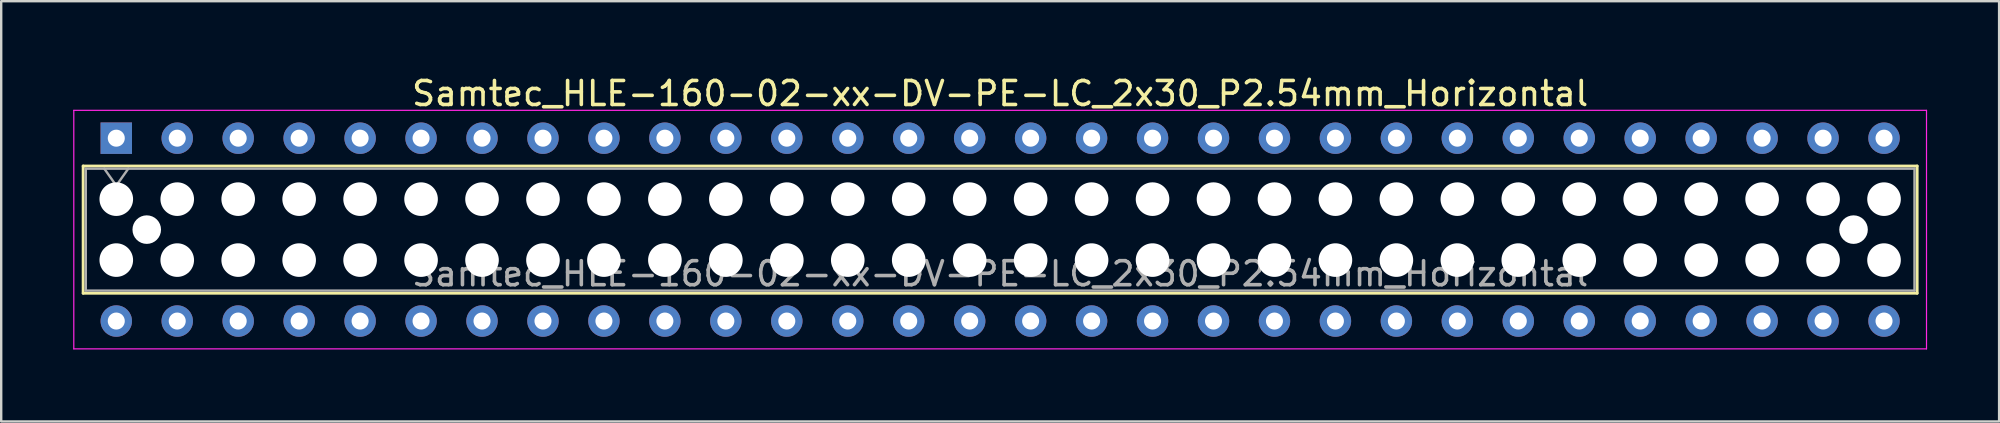
<source format=kicad_pcb>
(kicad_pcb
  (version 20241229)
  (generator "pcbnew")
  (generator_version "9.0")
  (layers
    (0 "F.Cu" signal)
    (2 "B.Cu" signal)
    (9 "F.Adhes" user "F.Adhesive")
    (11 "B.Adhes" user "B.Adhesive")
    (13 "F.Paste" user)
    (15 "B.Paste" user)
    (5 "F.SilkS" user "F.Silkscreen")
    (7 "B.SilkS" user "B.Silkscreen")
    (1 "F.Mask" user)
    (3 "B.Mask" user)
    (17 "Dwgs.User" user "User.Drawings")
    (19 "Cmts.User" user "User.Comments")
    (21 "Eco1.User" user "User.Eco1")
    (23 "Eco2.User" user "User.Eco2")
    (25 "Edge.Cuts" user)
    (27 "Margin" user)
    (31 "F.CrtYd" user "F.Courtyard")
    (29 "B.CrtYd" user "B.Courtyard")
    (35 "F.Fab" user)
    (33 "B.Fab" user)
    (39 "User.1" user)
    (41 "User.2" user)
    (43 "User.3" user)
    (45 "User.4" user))
  (footprint "Samtec_HLE-160-02-xx-DV-PE-LC_2x30_P2.54mm_Horizontal"
    (layer "F.Cu")
    (at 1.795 2.708)
    (property "Reference" "Samtec_HLE-160-02-xx-DV-PE-LC_2x30_P2.54mm_Horizontal" (at 36.83 -1.86 0) (layer "F.SilkS") (effects (font (size 1 1) (thickness 0.15))))
    (attr through_hole)
    (fp_line (start -1.38 1.16) (end 75.04 1.16) (stroke (width 0.12) (type solid)) (layer "F.SilkS"))
    (fp_line (start -1.38 6.46) (end -1.38 1.16) (stroke (width 0.12) (type solid)) (layer "F.SilkS"))
    (fp_line (start 75.04 1.16) (end 75.04 6.46) (stroke (width 0.12) (type solid)) (layer "F.SilkS"))
    (fp_line (start 75.04 6.46) (end -1.38 6.46) (stroke (width 0.12) (type solid)) (layer "F.SilkS"))
    (fp_line (start -1.77 -1.16) (end 75.43 -1.16) (stroke (width 0.05) (type solid)) (layer "F.CrtYd"))
    (fp_line (start -1.77 8.78) (end -1.77 -1.16) (stroke (width 0.05) (type solid)) (layer "F.CrtYd"))
    (fp_line (start 75.43 -1.16) (end 75.43 8.78) (stroke (width 0.05) (type solid)) (layer "F.CrtYd"))
    (fp_line (start 75.43 8.78) (end -1.77 8.78) (stroke (width 0.05) (type solid)) (layer "F.CrtYd"))
    (fp_line (start -1.27 1.27) (end 74.93 1.27) (stroke (width 0.1) (type solid)) (layer "F.Fab"))
    (fp_line (start -1.27 6.35) (end -1.27 1.27) (stroke (width 0.1) (type solid)) (layer "F.Fab"))
    (fp_line (start -0.5 1.27) (end 0 1.977) (stroke (width 0.1) (type solid)) (layer "F.Fab"))
    (fp_line (start 0 1.977) (end 0.5 1.27) (stroke (width 0.1) (type solid)) (layer "F.Fab"))
    (fp_line (start 74.93 1.27) (end 74.93 6.35) (stroke (width 0.1) (type solid)) (layer "F.Fab"))
    (fp_line (start 74.93 6.35) (end -1.27 6.35) (stroke (width 0.1) (type solid)) (layer "F.Fab"))
    (fp_text user "${REFERENCE}" (at 36.83 5.65 0) (layer "F.Fab") (effects (font (size 1 1) (thickness 0.15))))
    (pad "" np_thru_hole circle (at 0 2.54) (size 1.4 1.4) (drill 1.4) (layers "*.Cu" "*.Mask"))
    (pad "" np_thru_hole circle (at 0 5.08) (size 1.4 1.4) (drill 1.4) (layers "*.Cu" "*.Mask"))
    (pad "" np_thru_hole circle (at 1.27 3.81) (size 1.19 1.19) (drill 1.19) (layers "*.Cu" "*.Mask"))
    (pad "" np_thru_hole circle (at 2.54 2.54) (size 1.4 1.4) (drill 1.4) (layers "*.Cu" "*.Mask"))
    (pad "" np_thru_hole circle (at 2.54 5.08) (size 1.4 1.4) (drill 1.4) (layers "*.Cu" "*.Mask"))
    (pad "" np_thru_hole circle (at 5.08 2.54) (size 1.4 1.4) (drill 1.4) (layers "*.Cu" "*.Mask"))
    (pad "" np_thru_hole circle (at 5.08 5.08) (size 1.4 1.4) (drill 1.4) (layers "*.Cu" "*.Mask"))
    (pad "" np_thru_hole circle (at 7.62 2.54) (size 1.4 1.4) (drill 1.4) (layers "*.Cu" "*.Mask"))
    (pad "" np_thru_hole circle (at 7.62 5.08) (size 1.4 1.4) (drill 1.4) (layers "*.Cu" "*.Mask"))
    (pad "" np_thru_hole circle (at 10.16 2.54) (size 1.4 1.4) (drill 1.4) (layers "*.Cu" "*.Mask"))
    (pad "" np_thru_hole circle (at 10.16 5.08) (size 1.4 1.4) (drill 1.4) (layers "*.Cu" "*.Mask"))
    (pad "" np_thru_hole circle (at 12.7 2.54) (size 1.4 1.4) (drill 1.4) (layers "*.Cu" "*.Mask"))
    (pad "" np_thru_hole circle (at 12.7 5.08) (size 1.4 1.4) (drill 1.4) (layers "*.Cu" "*.Mask"))
    (pad "" np_thru_hole circle (at 15.24 2.54) (size 1.4 1.4) (drill 1.4) (layers "*.Cu" "*.Mask"))
    (pad "" np_thru_hole circle (at 15.24 5.08) (size 1.4 1.4) (drill 1.4) (layers "*.Cu" "*.Mask"))
    (pad "" np_thru_hole circle (at 17.78 2.54) (size 1.4 1.4) (drill 1.4) (layers "*.Cu" "*.Mask"))
    (pad "" np_thru_hole circle (at 17.78 5.08) (size 1.4 1.4) (drill 1.4) (layers "*.Cu" "*.Mask"))
    (pad "" np_thru_hole circle (at 20.32 2.54) (size 1.4 1.4) (drill 1.4) (layers "*.Cu" "*.Mask"))
    (pad "" np_thru_hole circle (at 20.32 5.08) (size 1.4 1.4) (drill 1.4) (layers "*.Cu" "*.Mask"))
    (pad "" np_thru_hole circle (at 22.86 2.54) (size 1.4 1.4) (drill 1.4) (layers "*.Cu" "*.Mask"))
    (pad "" np_thru_hole circle (at 22.86 5.08) (size 1.4 1.4) (drill 1.4) (layers "*.Cu" "*.Mask"))
    (pad "" np_thru_hole circle (at 25.4 2.54) (size 1.4 1.4) (drill 1.4) (layers "*.Cu" "*.Mask"))
    (pad "" np_thru_hole circle (at 25.4 5.08) (size 1.4 1.4) (drill 1.4) (layers "*.Cu" "*.Mask"))
    (pad "" np_thru_hole circle (at 27.94 2.54) (size 1.4 1.4) (drill 1.4) (layers "*.Cu" "*.Mask"))
    (pad "" np_thru_hole circle (at 27.94 5.08) (size 1.4 1.4) (drill 1.4) (layers "*.Cu" "*.Mask"))
    (pad "" np_thru_hole circle (at 30.48 2.54) (size 1.4 1.4) (drill 1.4) (layers "*.Cu" "*.Mask"))
    (pad "" np_thru_hole circle (at 30.48 5.08) (size 1.4 1.4) (drill 1.4) (layers "*.Cu" "*.Mask"))
    (pad "" np_thru_hole circle (at 33.02 2.54) (size 1.4 1.4) (drill 1.4) (layers "*.Cu" "*.Mask"))
    (pad "" np_thru_hole circle (at 33.02 5.08) (size 1.4 1.4) (drill 1.4) (layers "*.Cu" "*.Mask"))
    (pad "" np_thru_hole circle (at 35.56 2.54) (size 1.4 1.4) (drill 1.4) (layers "*.Cu" "*.Mask"))
    (pad "" np_thru_hole circle (at 35.56 5.08) (size 1.4 1.4) (drill 1.4) (layers "*.Cu" "*.Mask"))
    (pad "" np_thru_hole circle (at 38.1 2.54) (size 1.4 1.4) (drill 1.4) (layers "*.Cu" "*.Mask"))
    (pad "" np_thru_hole circle (at 38.1 5.08) (size 1.4 1.4) (drill 1.4) (layers "*.Cu" "*.Mask"))
    (pad "" np_thru_hole circle (at 40.64 2.54) (size 1.4 1.4) (drill 1.4) (layers "*.Cu" "*.Mask"))
    (pad "" np_thru_hole circle (at 40.64 5.08) (size 1.4 1.4) (drill 1.4) (layers "*.Cu" "*.Mask"))
    (pad "" np_thru_hole circle (at 43.18 2.54) (size 1.4 1.4) (drill 1.4) (layers "*.Cu" "*.Mask"))
    (pad "" np_thru_hole circle (at 43.18 5.08) (size 1.4 1.4) (drill 1.4) (layers "*.Cu" "*.Mask"))
    (pad "" np_thru_hole circle (at 45.72 2.54) (size 1.4 1.4) (drill 1.4) (layers "*.Cu" "*.Mask"))
    (pad "" np_thru_hole circle (at 45.72 5.08) (size 1.4 1.4) (drill 1.4) (layers "*.Cu" "*.Mask"))
    (pad "" np_thru_hole circle (at 48.26 2.54) (size 1.4 1.4) (drill 1.4) (layers "*.Cu" "*.Mask"))
    (pad "" np_thru_hole circle (at 48.26 5.08) (size 1.4 1.4) (drill 1.4) (layers "*.Cu" "*.Mask"))
    (pad "" np_thru_hole circle (at 50.8 2.54) (size 1.4 1.4) (drill 1.4) (layers "*.Cu" "*.Mask"))
    (pad "" np_thru_hole circle (at 50.8 5.08) (size 1.4 1.4) (drill 1.4) (layers "*.Cu" "*.Mask"))
    (pad "" np_thru_hole circle (at 53.34 2.54) (size 1.4 1.4) (drill 1.4) (layers "*.Cu" "*.Mask"))
    (pad "" np_thru_hole circle (at 53.34 5.08) (size 1.4 1.4) (drill 1.4) (layers "*.Cu" "*.Mask"))
    (pad "" np_thru_hole circle (at 55.88 2.54) (size 1.4 1.4) (drill 1.4) (layers "*.Cu" "*.Mask"))
    (pad "" np_thru_hole circle (at 55.88 5.08) (size 1.4 1.4) (drill 1.4) (layers "*.Cu" "*.Mask"))
    (pad "" np_thru_hole circle (at 58.42 2.54) (size 1.4 1.4) (drill 1.4) (layers "*.Cu" "*.Mask"))
    (pad "" np_thru_hole circle (at 58.42 5.08) (size 1.4 1.4) (drill 1.4) (layers "*.Cu" "*.Mask"))
    (pad "" np_thru_hole circle (at 60.96 2.54) (size 1.4 1.4) (drill 1.4) (layers "*.Cu" "*.Mask"))
    (pad "" np_thru_hole circle (at 60.96 5.08) (size 1.4 1.4) (drill 1.4) (layers "*.Cu" "*.Mask"))
    (pad "" np_thru_hole circle (at 63.5 2.54) (size 1.4 1.4) (drill 1.4) (layers "*.Cu" "*.Mask"))
    (pad "" np_thru_hole circle (at 63.5 5.08) (size 1.4 1.4) (drill 1.4) (layers "*.Cu" "*.Mask"))
    (pad "" np_thru_hole circle (at 66.04 2.54) (size 1.4 1.4) (drill 1.4) (layers "*.Cu" "*.Mask"))
    (pad "" np_thru_hole circle (at 66.04 5.08) (size 1.4 1.4) (drill 1.4) (layers "*.Cu" "*.Mask"))
    (pad "" np_thru_hole circle (at 68.58 2.54) (size 1.4 1.4) (drill 1.4) (layers "*.Cu" "*.Mask"))
    (pad "" np_thru_hole circle (at 68.58 5.08) (size 1.4 1.4) (drill 1.4) (layers "*.Cu" "*.Mask"))
    (pad "" np_thru_hole circle (at 71.12 2.54) (size 1.4 1.4) (drill 1.4) (layers "*.Cu" "*.Mask"))
    (pad "" np_thru_hole circle (at 71.12 5.08) (size 1.4 1.4) (drill 1.4) (layers "*.Cu" "*.Mask"))
    (pad "" np_thru_hole circle (at 72.39 3.81) (size 1.19 1.19) (drill 1.19) (layers "*.Cu" "*.Mask"))
    (pad "" np_thru_hole circle (at 73.66 2.54) (size 1.4 1.4) (drill 1.4) (layers "*.Cu" "*.Mask"))
    (pad "" np_thru_hole circle (at 73.66 5.08) (size 1.4 1.4) (drill 1.4) (layers "*.Cu" "*.Mask"))
    (pad "1" thru_hole rect (at 0 0) (size 1.31 1.31) (drill 0.71) (layers "*.Cu" "*.Mask"))
    (pad "2" thru_hole circle (at 0 7.62) (size 1.31 1.31) (drill 0.71) (layers "*.Cu" "*.Mask"))
    (pad "3" thru_hole circle (at 2.54 0) (size 1.31 1.31) (drill 0.71) (layers "*.Cu" "*.Mask"))
    (pad "4" thru_hole circle (at 2.54 7.62) (size 1.31 1.31) (drill 0.71) (layers "*.Cu" "*.Mask"))
    (pad "5" thru_hole circle (at 5.08 0) (size 1.31 1.31) (drill 0.71) (layers "*.Cu" "*.Mask"))
    (pad "6" thru_hole circle (at 5.08 7.62) (size 1.31 1.31) (drill 0.71) (layers "*.Cu" "*.Mask"))
    (pad "7" thru_hole circle (at 7.62 0) (size 1.31 1.31) (drill 0.71) (layers "*.Cu" "*.Mask"))
    (pad "8" thru_hole circle (at 7.62 7.62) (size 1.31 1.31) (drill 0.71) (layers "*.Cu" "*.Mask"))
    (pad "9" thru_hole circle (at 10.16 0) (size 1.31 1.31) (drill 0.71) (layers "*.Cu" "*.Mask"))
    (pad "10" thru_hole circle (at 10.16 7.62) (size 1.31 1.31) (drill 0.71) (layers "*.Cu" "*.Mask"))
    (pad "11" thru_hole circle (at 12.7 0) (size 1.31 1.31) (drill 0.71) (layers "*.Cu" "*.Mask"))
    (pad "12" thru_hole circle (at 12.7 7.62) (size 1.31 1.31) (drill 0.71) (layers "*.Cu" "*.Mask"))
    (pad "13" thru_hole circle (at 15.24 0) (size 1.31 1.31) (drill 0.71) (layers "*.Cu" "*.Mask"))
    (pad "14" thru_hole circle (at 15.24 7.62) (size 1.31 1.31) (drill 0.71) (layers "*.Cu" "*.Mask"))
    (pad "15" thru_hole circle (at 17.78 0) (size 1.31 1.31) (drill 0.71) (layers "*.Cu" "*.Mask"))
    (pad "16" thru_hole circle (at 17.78 7.62) (size 1.31 1.31) (drill 0.71) (layers "*.Cu" "*.Mask"))
    (pad "17" thru_hole circle (at 20.32 0) (size 1.31 1.31) (drill 0.71) (layers "*.Cu" "*.Mask"))
    (pad "18" thru_hole circle (at 20.32 7.62) (size 1.31 1.31) (drill 0.71) (layers "*.Cu" "*.Mask"))
    (pad "19" thru_hole circle (at 22.86 0) (size 1.31 1.31) (drill 0.71) (layers "*.Cu" "*.Mask"))
    (pad "20" thru_hole circle (at 22.86 7.62) (size 1.31 1.31) (drill 0.71) (layers "*.Cu" "*.Mask"))
    (pad "21" thru_hole circle (at 25.4 0) (size 1.31 1.31) (drill 0.71) (layers "*.Cu" "*.Mask"))
    (pad "22" thru_hole circle (at 25.4 7.62) (size 1.31 1.31) (drill 0.71) (layers "*.Cu" "*.Mask"))
    (pad "23" thru_hole circle (at 27.94 0) (size 1.31 1.31) (drill 0.71) (layers "*.Cu" "*.Mask"))
    (pad "24" thru_hole circle (at 27.94 7.62) (size 1.31 1.31) (drill 0.71) (layers "*.Cu" "*.Mask"))
    (pad "25" thru_hole circle (at 30.48 0) (size 1.31 1.31) (drill 0.71) (layers "*.Cu" "*.Mask"))
    (pad "26" thru_hole circle (at 30.48 7.62) (size 1.31 1.31) (drill 0.71) (layers "*.Cu" "*.Mask"))
    (pad "27" thru_hole circle (at 33.02 0) (size 1.31 1.31) (drill 0.71) (layers "*.Cu" "*.Mask"))
    (pad "28" thru_hole circle (at 33.02 7.62) (size 1.31 1.31) (drill 0.71) (layers "*.Cu" "*.Mask"))
    (pad "29" thru_hole circle (at 35.56 0) (size 1.31 1.31) (drill 0.71) (layers "*.Cu" "*.Mask"))
    (pad "30" thru_hole circle (at 35.56 7.62) (size 1.31 1.31) (drill 0.71) (layers "*.Cu" "*.Mask"))
    (pad "31" thru_hole circle (at 38.1 0) (size 1.31 1.31) (drill 0.71) (layers "*.Cu" "*.Mask"))
    (pad "32" thru_hole circle (at 38.1 7.62) (size 1.31 1.31) (drill 0.71) (layers "*.Cu" "*.Mask"))
    (pad "33" thru_hole circle (at 40.64 0) (size 1.31 1.31) (drill 0.71) (layers "*.Cu" "*.Mask"))
    (pad "34" thru_hole circle (at 40.64 7.62) (size 1.31 1.31) (drill 0.71) (layers "*.Cu" "*.Mask"))
    (pad "35" thru_hole circle (at 43.18 0) (size 1.31 1.31) (drill 0.71) (layers "*.Cu" "*.Mask"))
    (pad "36" thru_hole circle (at 43.18 7.62) (size 1.31 1.31) (drill 0.71) (layers "*.Cu" "*.Mask"))
    (pad "37" thru_hole circle (at 45.72 0) (size 1.31 1.31) (drill 0.71) (layers "*.Cu" "*.Mask"))
    (pad "38" thru_hole circle (at 45.72 7.62) (size 1.31 1.31) (drill 0.71) (layers "*.Cu" "*.Mask"))
    (pad "39" thru_hole circle (at 48.26 0) (size 1.31 1.31) (drill 0.71) (layers "*.Cu" "*.Mask"))
    (pad "40" thru_hole circle (at 48.26 7.62) (size 1.31 1.31) (drill 0.71) (layers "*.Cu" "*.Mask"))
    (pad "41" thru_hole circle (at 50.8 0) (size 1.31 1.31) (drill 0.71) (layers "*.Cu" "*.Mask"))
    (pad "42" thru_hole circle (at 50.8 7.62) (size 1.31 1.31) (drill 0.71) (layers "*.Cu" "*.Mask"))
    (pad "43" thru_hole circle (at 53.34 0) (size 1.31 1.31) (drill 0.71) (layers "*.Cu" "*.Mask"))
    (pad "44" thru_hole circle (at 53.34 7.62) (size 1.31 1.31) (drill 0.71) (layers "*.Cu" "*.Mask"))
    (pad "45" thru_hole circle (at 55.88 0) (size 1.31 1.31) (drill 0.71) (layers "*.Cu" "*.Mask"))
    (pad "46" thru_hole circle (at 55.88 7.62) (size 1.31 1.31) (drill 0.71) (layers "*.Cu" "*.Mask"))
    (pad "47" thru_hole circle (at 58.42 0) (size 1.31 1.31) (drill 0.71) (layers "*.Cu" "*.Mask"))
    (pad "48" thru_hole circle (at 58.42 7.62) (size 1.31 1.31) (drill 0.71) (layers "*.Cu" "*.Mask"))
    (pad "49" thru_hole circle (at 60.96 0) (size 1.31 1.31) (drill 0.71) (layers "*.Cu" "*.Mask"))
    (pad "50" thru_hole circle (at 60.96 7.62) (size 1.31 1.31) (drill 0.71) (layers "*.Cu" "*.Mask"))
    (pad "51" thru_hole circle (at 63.5 0) (size 1.31 1.31) (drill 0.71) (layers "*.Cu" "*.Mask"))
    (pad "52" thru_hole circle (at 63.5 7.62) (size 1.31 1.31) (drill 0.71) (layers "*.Cu" "*.Mask"))
    (pad "53" thru_hole circle (at 66.04 0) (size 1.31 1.31) (drill 0.71) (layers "*.Cu" "*.Mask"))
    (pad "54" thru_hole circle (at 66.04 7.62) (size 1.31 1.31) (drill 0.71) (layers "*.Cu" "*.Mask"))
    (pad "55" thru_hole circle (at 68.58 0) (size 1.31 1.31) (drill 0.71) (layers "*.Cu" "*.Mask"))
    (pad "56" thru_hole circle (at 68.58 7.62) (size 1.31 1.31) (drill 0.71) (layers "*.Cu" "*.Mask"))
    (pad "57" thru_hole circle (at 71.12 0) (size 1.31 1.31) (drill 0.71) (layers "*.Cu" "*.Mask"))
    (pad "58" thru_hole circle (at 71.12 7.62) (size 1.31 1.31) (drill 0.71) (layers "*.Cu" "*.Mask"))
    (pad "59" thru_hole circle (at 73.66 0) (size 1.31 1.31) (drill 0.71) (layers "*.Cu" "*.Mask"))
    (pad "60" thru_hole circle (at 73.66 7.62) (size 1.31 1.31) (drill 0.71) (layers "*.Cu" "*.Mask")))
  (gr_rect
    (start -3 -3)
    (end 80.25 14.513)
    (stroke (width 0.1) (type default))
    (fill no)
    (layer "Edge.Cuts")))
</source>
